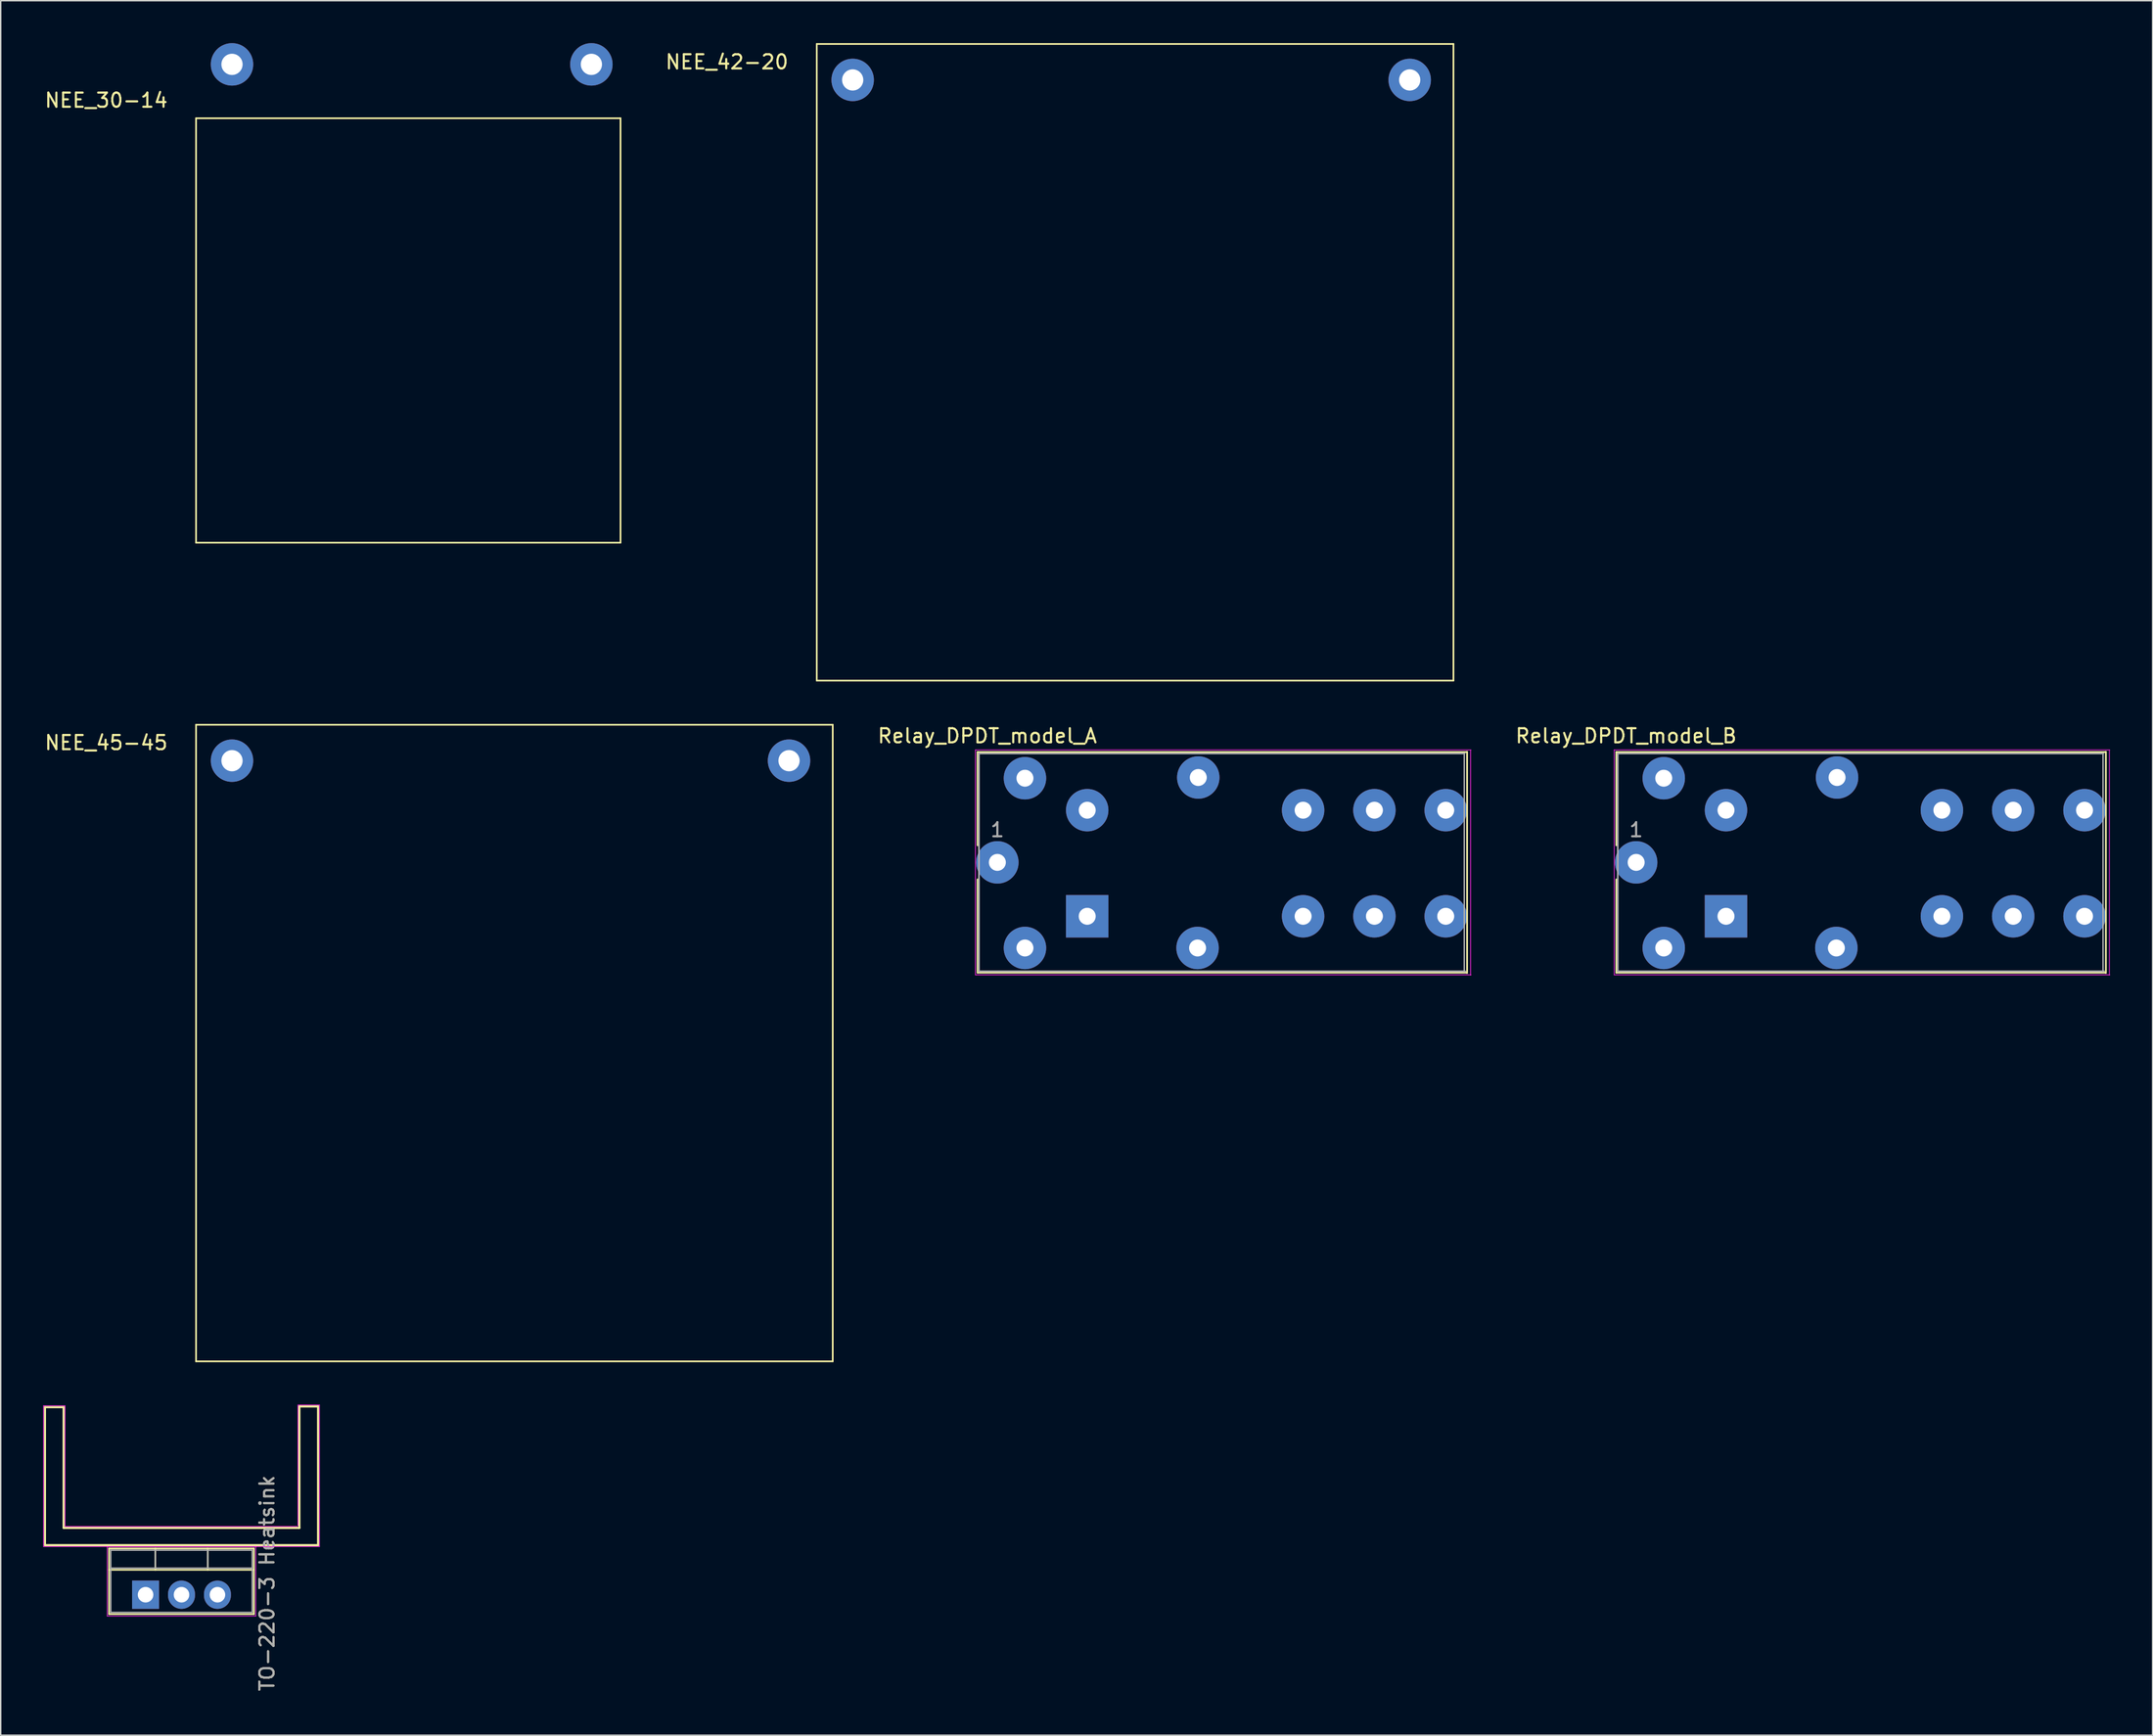
<source format=kicad_pcb>
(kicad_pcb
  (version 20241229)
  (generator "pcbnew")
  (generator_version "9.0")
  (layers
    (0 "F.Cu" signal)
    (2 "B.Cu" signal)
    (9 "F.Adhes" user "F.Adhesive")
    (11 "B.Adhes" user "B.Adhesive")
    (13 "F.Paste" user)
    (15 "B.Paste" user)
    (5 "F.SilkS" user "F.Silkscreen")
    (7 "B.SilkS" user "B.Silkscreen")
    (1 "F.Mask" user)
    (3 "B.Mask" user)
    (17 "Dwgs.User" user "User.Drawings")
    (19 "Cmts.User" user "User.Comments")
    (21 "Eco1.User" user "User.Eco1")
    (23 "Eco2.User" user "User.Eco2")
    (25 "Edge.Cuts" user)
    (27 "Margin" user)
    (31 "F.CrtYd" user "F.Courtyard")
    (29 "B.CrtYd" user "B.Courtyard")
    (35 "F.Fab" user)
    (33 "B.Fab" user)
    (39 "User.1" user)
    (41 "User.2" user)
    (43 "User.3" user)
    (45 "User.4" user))
  (footprint "NEE_42-20"
    (layer "F.Cu")
    (at 57.217 2.6)
    (property "Reference" "NEE_42-20" (at -8.89 -1.27 0) (layer "F.SilkS") (effects (font (size 1 1) (thickness 0.15))))
    (attr through_hole)
    (fp_line (start -2.54 -2.54) (end 42.46 -2.54) (stroke (width 0.12) (type solid)) (layer "F.SilkS"))
    (fp_line (start -2.54 42.46) (end -2.54 -2.54) (stroke (width 0.12) (type solid)) (layer "F.SilkS"))
    (fp_line (start -2.54 42.46) (end 42.46 42.46) (stroke (width 0.12) (type solid)) (layer "F.SilkS"))
    (fp_line (start 42.46 42.46) (end 42.46 -2.54) (stroke (width 0.12) (type solid)) (layer "F.SilkS"))
    (pad "1" thru_hole circle (at 0 0) (size 3 3) (drill 1.5) (layers "*.Cu" "*.Mask"))
    (pad "2" thru_hole circle (at 39.37 0) (size 3 3) (drill 1.5) (layers "*.Cu" "*.Mask")))
  (footprint "Relay_DPDT_model_B"
    (layer "F.Cu")
    (at 118.941 61.668)
    (property "Reference" "Relay_DPDT_model_B" (at -7.061 -12.7 0) (layer "F.SilkS") (effects (font (size 1 1) (thickness 0.15))))
    (attr through_hole)
    (fp_line (start -7.75 -11.559) (end -7.75 -4.959) (stroke (width 0.12) (type solid)) (layer "F.SilkS"))
    (fp_line (start -7.75 -11.559) (end 26.823 -11.559) (stroke (width 0.12) (type solid)) (layer "F.SilkS"))
    (fp_line (start -7.75 -2.559) (end -7.75 4.041) (stroke (width 0.12) (type solid)) (layer "F.SilkS"))
    (fp_line (start 26.822 4.041) (end -7.75 4.041) (stroke (width 0.12) (type solid)) (layer "F.SilkS"))
    (fp_line (start 26.85 4.064) (end 26.85 -11.582) (stroke (width 0.12) (type solid)) (layer "F.SilkS"))
    (fp_line (start -7.9 4.191) (end -7.9 -11.709) (stroke (width 0.05) (type solid)) (layer "F.CrtYd"))
    (fp_line (start -7.9 4.191) (end 27.128 4.191) (stroke (width 0.05) (type solid)) (layer "F.CrtYd"))
    (fp_line (start 27.1 4.216) (end 27.1 -11.695) (stroke (width 0.05) (type solid)) (layer "F.CrtYd"))
    (fp_line (start 27.127 -11.709) (end -7.9 -11.709) (stroke (width 0.05) (type solid)) (layer "F.CrtYd"))
    (fp_line (start -7.65 -11.459) (end 26.67 -11.459) (stroke (width 0.12) (type solid)) (layer "F.Fab"))
    (fp_line (start -7.65 3.941) (end -7.65 -11.459) (stroke (width 0.12) (type solid)) (layer "F.Fab"))
    (fp_line (start 26.65 3.963) (end 26.65 -11.379) (stroke (width 0.1) (type solid)) (layer "F.Fab"))
    (fp_line (start 26.721 3.941) (end -7.65 3.941) (stroke (width 0.12) (type solid)) (layer "F.Fab"))
    (fp_text user "1" (at -6.35 -6.059 0) (layer "F.Fab") (effects (font (size 1 1) (thickness 0.15))))
    (pad "11" thru_hole circle (at 20.3 -7.449 180) (size 3 3) (drill 1.2) (layers "*.Cu" "*.Mask"))
    (pad "12" thru_hole circle (at 15.26 -7.449 180) (size 3 3) (drill 1.2) (layers "*.Cu" "*.Mask"))
    (pad "14" thru_hole circle (at 25.34 -7.449 180) (size 3 3) (drill 1.2) (layers "*.Cu" "*.Mask"))
    (pad "21" thru_hole circle (at -6.35 -3.759 90) (size 3 3) (drill 1.2) (layers "*.Cu" "*.Mask"))
    (pad "21" thru_hole circle (at 20.3 0.051 180) (size 3 3) (drill 1.2) (layers "*.Cu" "*.Mask"))
    (pad "22" thru_hole circle (at 7.8 2.291 90) (size 3 3) (drill 1.2) (layers "*.Cu" "*.Mask"))
    (pad "22" thru_hole circle (at 15.26 0.051 180) (size 3 3) (drill 1.2) (layers "*.Cu" "*.Mask"))
    (pad "24" thru_hole circle (at 7.85 -9.759 90) (size 3 3) (drill 1.2) (layers "*.Cu" "*.Mask"))
    (pad "24" thru_hole circle (at 25.34 0.051 180) (size 3 3) (drill 1.2) (layers "*.Cu" "*.Mask"))
    (pad "A1" thru_hole circle (at -4.4 -9.709 90) (size 3 3) (drill 1.2) (layers "*.Cu" "*.Mask"))
    (pad "A1" thru_hole circle (at 0 -7.449 180) (size 3 3) (drill 1.2) (layers "*.Cu" "*.Mask"))
    (pad "A2" thru_hole circle (at -4.4 2.291 90) (size 3 3) (drill 1.2) (layers "*.Cu" "*.Mask"))
    (pad "A2" thru_hole rect (at 0 0.051 180) (size 3 3) (drill 1.2) (layers "*.Cu" "*.Mask")))
  (footprint "NEE_30-14"
    (layer "F.Cu")
    (at 13.348 1.5)
    (property "Reference" "NEE_30-14" (at -8.89 2.54 0) (layer "F.SilkS") (effects (font (size 1 1) (thickness 0.15))))
    (attr through_hole)
    (fp_line (start -2.54 3.81) (end 27.46 3.81) (stroke (width 0.12) (type solid)) (layer "F.SilkS"))
    (fp_line (start -2.54 33.81) (end -2.54 3.81) (stroke (width 0.12) (type solid)) (layer "F.SilkS"))
    (fp_line (start -2.54 33.81) (end 27.46 33.81) (stroke (width 0.12) (type solid)) (layer "F.SilkS"))
    (fp_line (start 27.46 3.81) (end 27.46 33.81) (stroke (width 0.12) (type solid)) (layer "F.SilkS"))
    (pad "1" thru_hole circle (at 0 0) (size 3 3) (drill 1.5) (layers "*.Cu" "*.Mask"))
    (pad "2" thru_hole circle (at 25.4 0) (size 3 3) (drill 1.5) (layers "*.Cu" "*.Mask")))
  (footprint "Relay_DPDT_model_A"
    (layer "F.Cu")
    (at 73.767 61.719)
    (property "Reference" "Relay_DPDT_model_A" (at -7.036 -12.751 0) (layer "F.SilkS") (effects (font (size 1 1) (thickness 0.15))))
    (attr through_hole)
    (fp_line (start -7.725 -11.61) (end -7.725 -5.01) (stroke (width 0.12) (type solid)) (layer "F.SilkS"))
    (fp_line (start -7.725 -11.61) (end 26.848 -11.61) (stroke (width 0.12) (type solid)) (layer "F.SilkS"))
    (fp_line (start -7.725 -2.61) (end -7.725 3.99) (stroke (width 0.12) (type solid)) (layer "F.SilkS"))
    (fp_line (start 26.848 3.99) (end -7.725 3.99) (stroke (width 0.12) (type solid)) (layer "F.SilkS"))
    (fp_line (start 26.875 4.013) (end 26.875 -11.633) (stroke (width 0.12) (type solid)) (layer "F.SilkS"))
    (fp_line (start -7.875 4.14) (end -7.875 -11.76) (stroke (width 0.05) (type solid)) (layer "F.CrtYd"))
    (fp_line (start -7.875 4.14) (end 27.153 4.14) (stroke (width 0.05) (type solid)) (layer "F.CrtYd"))
    (fp_line (start 27.125 4.166) (end 27.125 -11.746) (stroke (width 0.05) (type solid)) (layer "F.CrtYd"))
    (fp_line (start 27.153 -11.76) (end -7.875 -11.76) (stroke (width 0.05) (type solid)) (layer "F.CrtYd"))
    (fp_line (start -7.625 -11.51) (end 26.696 -11.51) (stroke (width 0.12) (type solid)) (layer "F.Fab"))
    (fp_line (start -7.625 3.89) (end -7.625 -11.51) (stroke (width 0.12) (type solid)) (layer "F.Fab"))
    (fp_line (start 26.675 3.912) (end 26.675 -11.43) (stroke (width 0.1) (type solid)) (layer "F.Fab"))
    (fp_line (start 26.746 3.89) (end -7.625 3.89) (stroke (width 0.12) (type solid)) (layer "F.Fab"))
    (fp_text user "1" (at -6.325 -6.11 0) (layer "F.Fab") (effects (font (size 1 1) (thickness 0.15))))
    (pad "11" thru_hole circle (at -6.325 -3.81 90) (size 3 3) (drill 1.2) (layers "*.Cu" "*.Mask"))
    (pad "11" thru_hole circle (at 20.325 -7.5 180) (size 3 3) (drill 1.2) (layers "*.Cu" "*.Mask"))
    (pad "12" thru_hole circle (at 7.875 -9.81 90) (size 3 3) (drill 1.2) (layers "*.Cu" "*.Mask"))
    (pad "12" thru_hole circle (at 15.285 -7.5 180) (size 3 3) (drill 1.2) (layers "*.Cu" "*.Mask"))
    (pad "14" thru_hole circle (at 7.825 2.24 90) (size 3 3) (drill 1.2) (layers "*.Cu" "*.Mask"))
    (pad "14" thru_hole circle (at 25.365 -7.5 180) (size 3 3) (drill 1.2) (layers "*.Cu" "*.Mask"))
    (pad "21" thru_hole circle (at 20.325 0 180) (size 3 3) (drill 1.2) (layers "*.Cu" "*.Mask"))
    (pad "22" thru_hole circle (at 15.285 0 180) (size 3 3) (drill 1.2) (layers "*.Cu" "*.Mask"))
    (pad "24" thru_hole circle (at 25.365 0 180) (size 3 3) (drill 1.2) (layers "*.Cu" "*.Mask"))
    (pad "A1" thru_hole circle (at -4.375 -9.76 90) (size 3 3) (drill 1.2) (layers "*.Cu" "*.Mask"))
    (pad "A1" thru_hole circle (at 0.025 -7.5 180) (size 3 3) (drill 1.2) (layers "*.Cu" "*.Mask"))
    (pad "A2" thru_hole circle (at -4.375 2.24 90) (size 3 3) (drill 1.2) (layers "*.Cu" "*.Mask"))
    (pad "A2" thru_hole rect (at 0.025 0 180) (size 3 3) (drill 1.2) (layers "*.Cu" "*.Mask")))
  (footprint "NEE_45-45"
    (layer "F.Cu")
    (at 13.348 50.72)
    (property "Reference" "NEE_45-45" (at -8.89 -1.27 0) (layer "F.SilkS") (effects (font (size 1 1) (thickness 0.15))))
    (attr through_hole)
    (fp_line (start -2.54 -2.54) (end 42.46 -2.54) (stroke (width 0.12) (type solid)) (layer "F.SilkS"))
    (fp_line (start -2.54 42.46) (end -2.54 -2.54) (stroke (width 0.12) (type solid)) (layer "F.SilkS"))
    (fp_line (start -2.54 42.46) (end 42.46 42.46) (stroke (width 0.12) (type solid)) (layer "F.SilkS"))
    (fp_line (start 42.46 42.46) (end 42.46 -2.54) (stroke (width 0.12) (type solid)) (layer "F.SilkS"))
    (pad "1" thru_hole circle (at 0 0) (size 3 3) (drill 1.5) (layers "*.Cu" "*.Mask"))
    (pad "2" thru_hole circle (at 39.37 0) (size 3 3) (drill 1.5) (layers "*.Cu" "*.Mask")))
  (footprint "TO-220-3 Heatsink"
    (layer "F.Cu")
    (at 7.239 109.676)
    (property "Reference" "TO-220-3 Heatsink" (at 8.582 -0.813 90) (layer "F.SilkS") (effects (font (size 1 1) (thickness 0.15))))
    (attr through_hole)
    (fp_line (start -7.112 -13.259) (end -5.791 -13.259) (stroke (width 0.15) (type solid)) (layer "F.SilkS"))
    (fp_line (start -7.112 -3.505) (end -7.112 -13.259) (stroke (width 0.15) (type solid)) (layer "F.SilkS"))
    (fp_line (start -5.791 -13.259) (end -5.791 -4.724) (stroke (width 0.15) (type solid)) (layer "F.SilkS"))
    (fp_line (start -5.791 -4.724) (end 10.871 -4.724) (stroke (width 0.15) (type solid)) (layer "F.SilkS"))
    (fp_line (start -2.58 -3.27) (end -2.58 1.371) (stroke (width 0.12) (type solid)) (layer "F.SilkS"))
    (fp_line (start -2.58 -3.27) (end 7.66 -3.27) (stroke (width 0.12) (type solid)) (layer "F.SilkS"))
    (fp_line (start -2.58 -1.76) (end 7.66 -1.76) (stroke (width 0.12) (type solid)) (layer "F.SilkS"))
    (fp_line (start -2.58 1.371) (end 7.66 1.371) (stroke (width 0.12) (type solid)) (layer "F.SilkS"))
    (fp_line (start 0.69 -3.27) (end 0.69 -1.76) (stroke (width 0.12) (type solid)) (layer "F.SilkS"))
    (fp_line (start 4.391 -3.27) (end 4.391 -1.76) (stroke (width 0.12) (type solid)) (layer "F.SilkS"))
    (fp_line (start 7.66 -3.27) (end 7.66 1.371) (stroke (width 0.12) (type solid)) (layer "F.SilkS"))
    (fp_line (start 10.871 -13.31) (end 12.192 -13.31) (stroke (width 0.15) (type solid)) (layer "F.SilkS"))
    (fp_line (start 10.871 -4.724) (end 10.871 -13.31) (stroke (width 0.15) (type solid)) (layer "F.SilkS"))
    (fp_line (start 12.192 -13.31) (end 12.192 -3.505) (stroke (width 0.15) (type solid)) (layer "F.SilkS"))
    (fp_line (start 12.192 -3.505) (end -7.112 -3.505) (stroke (width 0.15) (type solid)) (layer "F.SilkS"))
    (fp_line (start -7.214 -13.36) (end -5.69 -13.36) (stroke (width 0.05) (type solid)) (layer "F.CrtYd"))
    (fp_line (start -7.214 -3.404) (end -7.214 -13.36) (stroke (width 0.05) (type solid)) (layer "F.CrtYd"))
    (fp_line (start -5.69 -13.36) (end -5.69 -4.826) (stroke (width 0.05) (type solid)) (layer "F.CrtYd"))
    (fp_line (start -5.69 -4.826) (end 10.719 -4.826) (stroke (width 0.05) (type solid)) (layer "F.CrtYd"))
    (fp_line (start -2.71 -3.4) (end -2.71 1.51) (stroke (width 0.05) (type solid)) (layer "F.CrtYd"))
    (fp_line (start -2.71 1.51) (end 7.79 1.51) (stroke (width 0.05) (type solid)) (layer "F.CrtYd"))
    (fp_line (start 2.591 -3.404) (end -7.214 -3.404) (stroke (width 0.05) (type solid)) (layer "F.CrtYd"))
    (fp_line (start 2.591 -3.404) (end 12.294 -3.404) (stroke (width 0.05) (type solid)) (layer "F.CrtYd"))
    (fp_line (start 7.79 -3.4) (end -2.71 -3.4) (stroke (width 0.05) (type solid)) (layer "F.CrtYd"))
    (fp_line (start 7.79 1.51) (end 7.79 -3.4) (stroke (width 0.05) (type solid)) (layer "F.CrtYd"))
    (fp_line (start 10.77 -13.411) (end 10.77 -4.877) (stroke (width 0.05) (type solid)) (layer "F.CrtYd"))
    (fp_line (start 12.294 -13.411) (end 10.77 -13.411) (stroke (width 0.05) (type solid)) (layer "F.CrtYd"))
    (fp_line (start 12.294 -3.404) (end 12.294 -13.411) (stroke (width 0.05) (type solid)) (layer "F.CrtYd"))
    (fp_line (start -2.46 -3.15) (end -2.46 1.25) (stroke (width 0.1) (type solid)) (layer "F.Fab"))
    (fp_line (start -2.46 -1.88) (end 7.54 -1.88) (stroke (width 0.1) (type solid)) (layer "F.Fab"))
    (fp_line (start -2.46 1.25) (end 7.54 1.25) (stroke (width 0.1) (type solid)) (layer "F.Fab"))
    (fp_line (start 0.69 -3.15) (end 0.69 -1.88) (stroke (width 0.1) (type solid)) (layer "F.Fab"))
    (fp_line (start 4.39 -3.15) (end 4.39 -1.88) (stroke (width 0.1) (type solid)) (layer "F.Fab"))
    (fp_line (start 7.54 -3.15) (end -2.46 -3.15) (stroke (width 0.1) (type solid)) (layer "F.Fab"))
    (fp_line (start 7.54 1.25) (end 7.54 -3.15) (stroke (width 0.1) (type solid)) (layer "F.Fab"))
    (fp_text user "${REFERENCE}" (at 8.582 -0.813 90) (layer "F.Fab") (effects (font (size 1 1) (thickness 0.15))))
    (pad "1" thru_hole rect (at 0 0) (size 1.905 2) (drill 1.1) (layers "*.Cu" "*.Mask"))
    (pad "2" thru_hole oval (at 2.54 0) (size 1.905 2) (drill 1.1) (layers "*.Cu" "*.Mask"))
    (pad "3" thru_hole oval (at 5.08 0) (size 1.905 2) (drill 1.1) (layers "*.Cu" "*.Mask")))
  (gr_rect
    (start -3 -3)
    (end 149.094 119.607)
    (stroke (width 0.1) (type default))
    (fill no)
    (layer "Edge.Cuts")))
</source>
